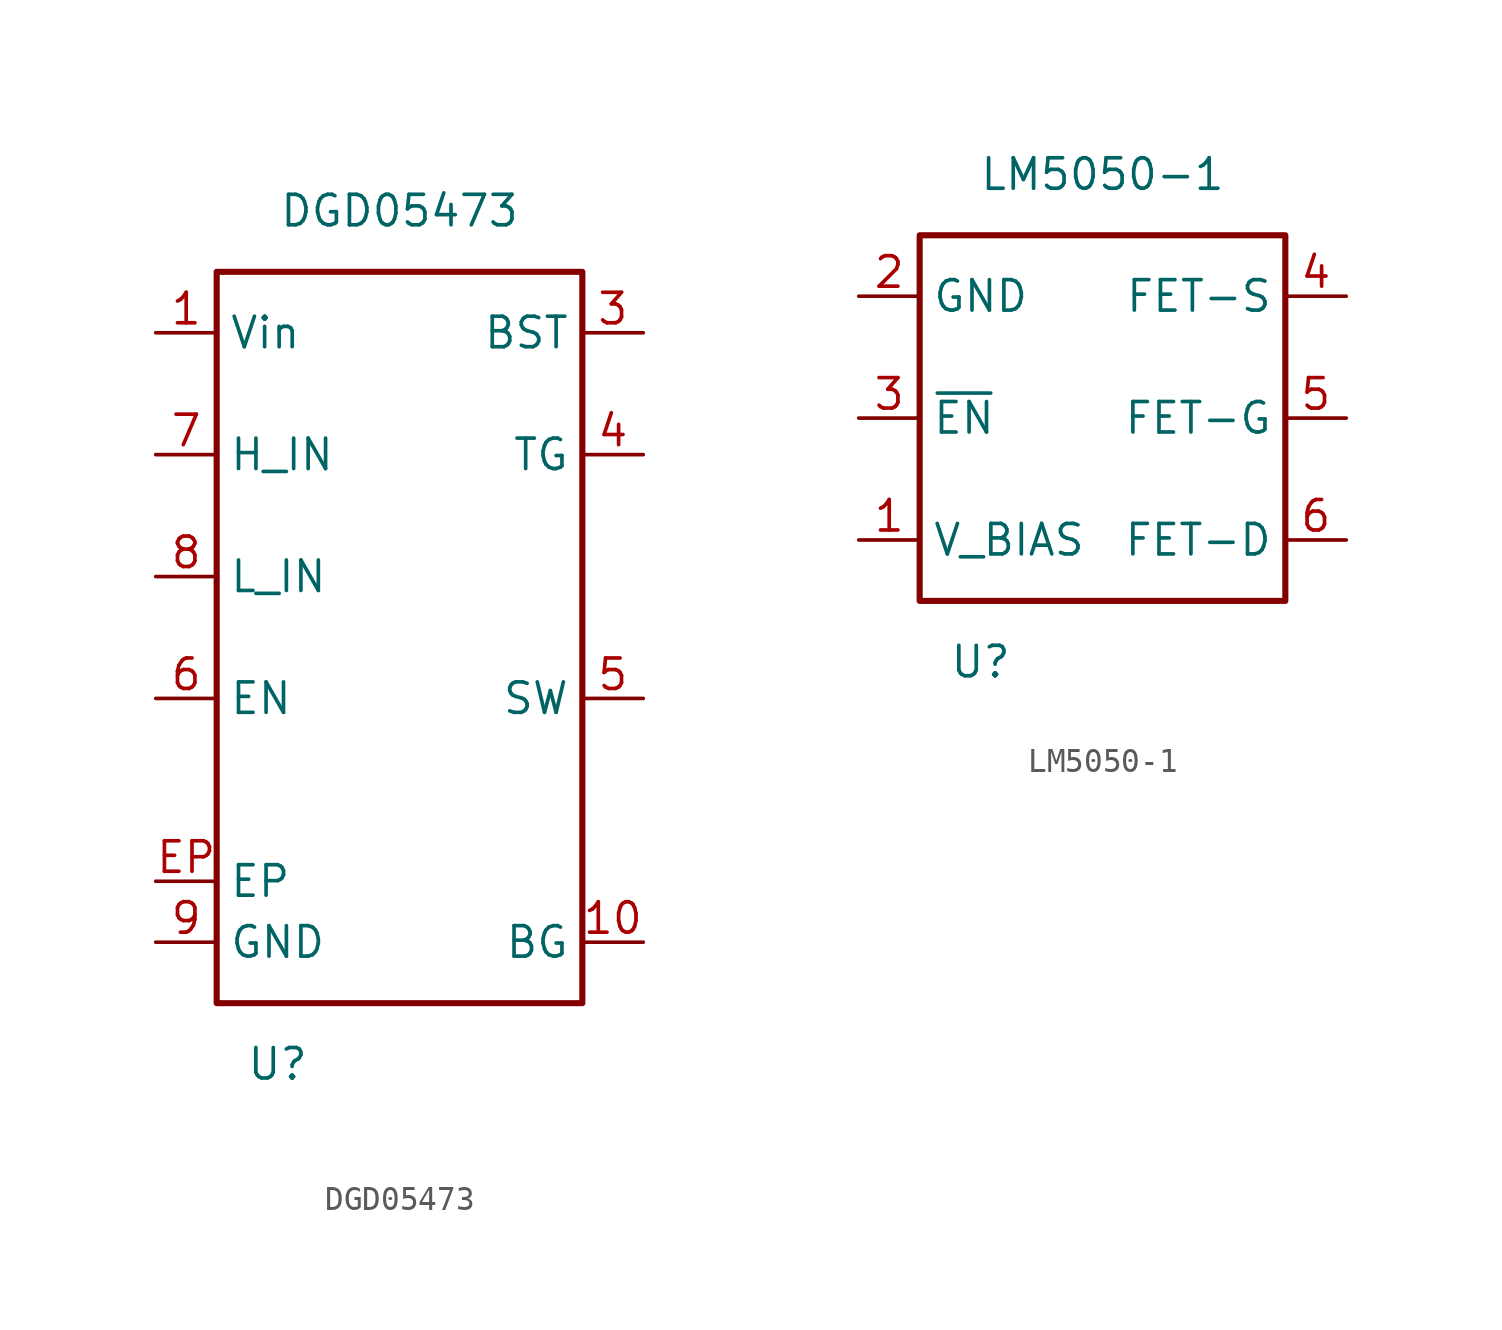
<source format=kicad_sym>
(kicad_symbol_lib
  (version 20220914)
  (generator kicad_symbol_editor)
  (symbol "DGD05473"
    (property "Reference" "U"
      (at -5.08 -17.78 0)
      (effects (font (size 1.27 1.27))))
    (property "Value" "DGD05473"
      (at 0 17.78 0)
      (effects (font (size 1.27 1.27))))
    (symbol "DGD05473_1_1"
      (rectangle (start -7.62 15.24) (end 7.62 -15.24) (stroke (width 0.254) (type default)) (fill (type none)))
      (pin power_in line (at -10.16 12.7 0) (length 2.54) (name "Vin" (effects (font (size 1.27 1.27)))) (number "1" (effects (font (size 1.27 1.27)))))
      (pin output line (at 10.16 -12.7 180) (length 2.54) (name "BG" (effects (font (size 1.27 1.27)))) (number "10" (effects (font (size 1.27 1.27)))))
      (pin no_connect line (at -10.16 -7.62 0) (length 2.54) hide (name "NC" (effects (font (size 1.27 1.27)))) (number "2" (effects (font (size 1.27 1.27)))))
      (pin power_in line (at 10.16 12.7 180) (length 2.54) (name "BST" (effects (font (size 1.27 1.27)))) (number "3" (effects (font (size 1.27 1.27)))))
      (pin output line (at 10.16 7.62 180) (length 2.54) (name "TG" (effects (font (size 1.27 1.27)))) (number "4" (effects (font (size 1.27 1.27)))))
      (pin power_in line (at 10.16 -2.54 180) (length 2.54) (name "SW" (effects (font (size 1.27 1.27)))) (number "5" (effects (font (size 1.27 1.27)))))
      (pin input line (at -10.16 -2.54 0) (length 2.54) (name "EN" (effects (font (size 1.27 1.27)))) (number "6" (effects (font (size 1.27 1.27)))))
      (pin input line (at -10.16 7.62 0) (length 2.54) (name "H_IN" (effects (font (size 1.27 1.27)))) (number "7" (effects (font (size 1.27 1.27)))))
      (pin input line (at -10.16 2.54 0) (length 2.54) (name "L_IN" (effects (font (size 1.27 1.27)))) (number "8" (effects (font (size 1.27 1.27)))))
      (pin power_in line (at -10.16 -12.7 0) (length 2.54) (name "GND" (effects (font (size 1.27 1.27)))) (number "9" (effects (font (size 1.27 1.27)))))
      (pin passive line (at -10.16 -10.16 0) (length 2.54) (name "EP" (effects (font (size 1.27 1.27)))) (number "EP" (effects (font (size 1.27 1.27)))))))
  (symbol "LM5050-1"
    (property "Reference" "U"
      (at -5.08 -10.16 0)
      (effects (font (size 1.27 1.27))))
    (property "Value" "LM5050-1"
      (at 0 10.16 0)
      (effects (font (size 1.27 1.27))))
    (symbol "LM5050-1_1_1"
      (rectangle (start -7.62 7.62) (end 7.62 -7.62) (stroke (width 0.254) (type default)) (fill (type none)))
      (pin power_in line (at -10.16 -5.08 0) (length 2.54) (name "V_BIAS" (effects (font (size 1.27 1.27)))) (number "1" (effects (font (size 1.27 1.27)))))
      (pin power_in line (at -10.16 5.08 0) (length 2.54) (name "GND" (effects (font (size 1.27 1.27)))) (number "2" (effects (font (size 1.27 1.27)))))
      (pin input line (at -10.16 0 0) (length 2.54) (name "~{EN}" (effects (font (size 1.27 1.27)))) (number "3" (effects (font (size 1.27 1.27)))))
      (pin input line (at 10.16 5.08 180) (length 2.54) (name "FET-S" (effects (font (size 1.27 1.27)))) (number "4" (effects (font (size 1.27 1.27)))))
      (pin output line (at 10.16 0 180) (length 2.54) (name "FET-G" (effects (font (size 1.27 1.27)))) (number "5" (effects (font (size 1.27 1.27)))))
      (pin input line (at 10.16 -5.08 180) (length 2.54) (name "FET-D" (effects (font (size 1.27 1.27)))) (number "6" (effects (font (size 1.27 1.27))))))))
</source>
